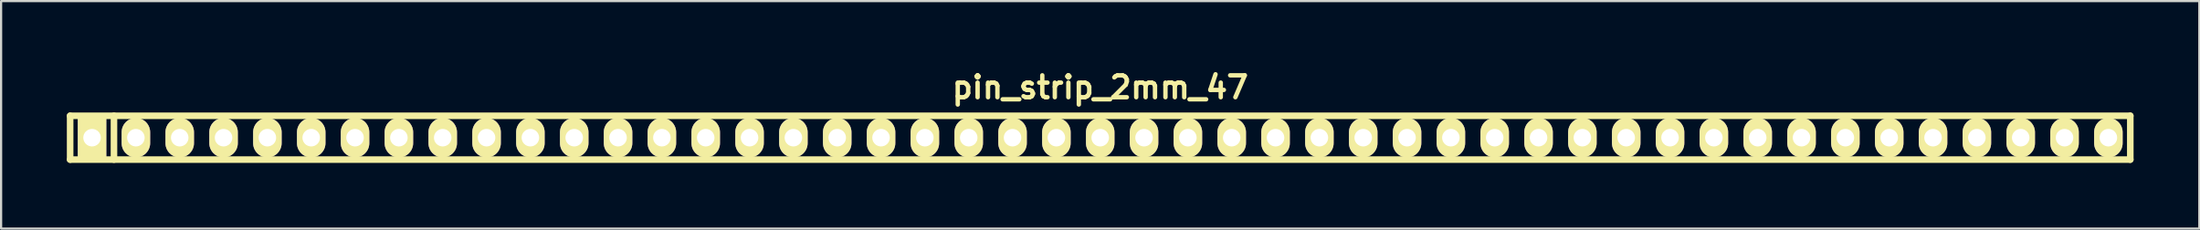
<source format=kicad_pcb>
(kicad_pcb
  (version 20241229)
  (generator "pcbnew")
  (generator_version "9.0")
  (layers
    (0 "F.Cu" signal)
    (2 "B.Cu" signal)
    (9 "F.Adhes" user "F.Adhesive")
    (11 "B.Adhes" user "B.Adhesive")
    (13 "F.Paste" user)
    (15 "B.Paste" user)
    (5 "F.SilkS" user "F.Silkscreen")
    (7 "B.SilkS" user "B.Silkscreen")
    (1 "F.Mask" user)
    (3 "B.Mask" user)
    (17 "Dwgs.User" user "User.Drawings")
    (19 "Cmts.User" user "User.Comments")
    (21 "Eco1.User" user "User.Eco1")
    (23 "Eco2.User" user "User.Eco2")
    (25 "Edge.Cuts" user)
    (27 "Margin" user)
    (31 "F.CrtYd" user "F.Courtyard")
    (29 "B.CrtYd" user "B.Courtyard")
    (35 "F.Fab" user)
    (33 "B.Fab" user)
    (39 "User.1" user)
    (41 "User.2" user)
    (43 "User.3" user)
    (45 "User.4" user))
  (footprint "pin_strip_2mm_47"
    (layer "F.Cu")
    (at 47.15 3.236)
    (property "Reference" "pin_strip_2mm_47" (at 0 -2.3 0) (layer "F.SilkS") (effects (font (size 1 1) (thickness 0.2))))
    (attr through_hole)
    (fp_line (start -47 -1) (end 47 -1) (stroke (width 0.3) (type solid)) (layer "F.SilkS"))
    (fp_line (start -47 1) (end -47 -1) (stroke (width 0.3) (type solid)) (layer "F.SilkS"))
    (fp_line (start -45 -1) (end -45 1) (stroke (width 0.3) (type solid)) (layer "F.SilkS"))
    (fp_line (start 47 -1) (end 47 1) (stroke (width 0.3) (type solid)) (layer "F.SilkS"))
    (fp_line (start 47 1) (end -47 1) (stroke (width 0.3) (type solid)) (layer "F.SilkS"))
    (pad "1" thru_hole rect (at -46 0) (size 1.3 1.8) (drill 0.8) (layers "*.Cu" "*.Mask" "F.SilkS"))
    (pad "2" thru_hole oval (at -44 0) (size 1.3 1.8) (drill 0.8) (layers "*.Cu" "*.Mask" "F.SilkS"))
    (pad "3" thru_hole oval (at -42 0) (size 1.3 1.8) (drill 0.8) (layers "*.Cu" "*.Mask" "F.SilkS"))
    (pad "4" thru_hole oval (at -40 0) (size 1.3 1.8) (drill 0.8) (layers "*.Cu" "*.Mask" "F.SilkS"))
    (pad "5" thru_hole oval (at -38 0) (size 1.3 1.8) (drill 0.8) (layers "*.Cu" "*.Mask" "F.SilkS"))
    (pad "6" thru_hole oval (at -36 0) (size 1.3 1.8) (drill 0.8) (layers "*.Cu" "*.Mask" "F.SilkS"))
    (pad "7" thru_hole oval (at -34 0) (size 1.3 1.8) (drill 0.8) (layers "*.Cu" "*.Mask" "F.SilkS"))
    (pad "8" thru_hole oval (at -32 0) (size 1.3 1.8) (drill 0.8) (layers "*.Cu" "*.Mask" "F.SilkS"))
    (pad "9" thru_hole oval (at -30 0) (size 1.3 1.8) (drill 0.8) (layers "*.Cu" "*.Mask" "F.SilkS"))
    (pad "10" thru_hole oval (at -28 0) (size 1.3 1.8) (drill 0.8) (layers "*.Cu" "*.Mask" "F.SilkS"))
    (pad "11" thru_hole oval (at -26 0) (size 1.3 1.8) (drill 0.8) (layers "*.Cu" "*.Mask" "F.SilkS"))
    (pad "12" thru_hole oval (at -24 0) (size 1.3 1.8) (drill 0.8) (layers "*.Cu" "*.Mask" "F.SilkS"))
    (pad "13" thru_hole oval (at -22 0) (size 1.3 1.8) (drill 0.8) (layers "*.Cu" "*.Mask" "F.SilkS"))
    (pad "14" thru_hole oval (at -20 0) (size 1.3 1.8) (drill 0.8) (layers "*.Cu" "*.Mask" "F.SilkS"))
    (pad "15" thru_hole oval (at -18 0) (size 1.3 1.8) (drill 0.8) (layers "*.Cu" "*.Mask" "F.SilkS"))
    (pad "16" thru_hole oval (at -16 0) (size 1.3 1.8) (drill 0.8) (layers "*.Cu" "*.Mask" "F.SilkS"))
    (pad "17" thru_hole oval (at -14 0) (size 1.3 1.8) (drill 0.8) (layers "*.Cu" "*.Mask" "F.SilkS"))
    (pad "18" thru_hole oval (at -12 0) (size 1.3 1.8) (drill 0.8) (layers "*.Cu" "*.Mask" "F.SilkS"))
    (pad "19" thru_hole oval (at -10 0) (size 1.3 1.8) (drill 0.8) (layers "*.Cu" "*.Mask" "F.SilkS"))
    (pad "20" thru_hole oval (at -8 0) (size 1.3 1.8) (drill 0.8) (layers "*.Cu" "*.Mask" "F.SilkS"))
    (pad "21" thru_hole oval (at -6 0) (size 1.3 1.8) (drill 0.8) (layers "*.Cu" "*.Mask" "F.SilkS"))
    (pad "22" thru_hole oval (at -4 0) (size 1.3 1.8) (drill 0.8) (layers "*.Cu" "*.Mask" "F.SilkS"))
    (pad "23" thru_hole oval (at -2 0) (size 1.3 1.8) (drill 0.8) (layers "*.Cu" "*.Mask" "F.SilkS"))
    (pad "24" thru_hole oval (at 0 0) (size 1.3 1.8) (drill 0.8) (layers "*.Cu" "*.Mask" "F.SilkS"))
    (pad "25" thru_hole oval (at 2 0) (size 1.3 1.8) (drill 0.8) (layers "*.Cu" "*.Mask" "F.SilkS"))
    (pad "26" thru_hole oval (at 4 0) (size 1.3 1.8) (drill 0.8) (layers "*.Cu" "*.Mask" "F.SilkS"))
    (pad "27" thru_hole oval (at 6 0) (size 1.3 1.8) (drill 0.8) (layers "*.Cu" "*.Mask" "F.SilkS"))
    (pad "28" thru_hole oval (at 8 0) (size 1.3 1.8) (drill 0.8) (layers "*.Cu" "*.Mask" "F.SilkS"))
    (pad "29" thru_hole oval (at 10 0) (size 1.3 1.8) (drill 0.8) (layers "*.Cu" "*.Mask" "F.SilkS"))
    (pad "30" thru_hole oval (at 12 0) (size 1.3 1.8) (drill 0.8) (layers "*.Cu" "*.Mask" "F.SilkS"))
    (pad "31" thru_hole oval (at 14 0) (size 1.3 1.8) (drill 0.8) (layers "*.Cu" "*.Mask" "F.SilkS"))
    (pad "32" thru_hole oval (at 16 0) (size 1.3 1.8) (drill 0.8) (layers "*.Cu" "*.Mask" "F.SilkS"))
    (pad "33" thru_hole oval (at 18 0) (size 1.3 1.8) (drill 0.8) (layers "*.Cu" "*.Mask" "F.SilkS"))
    (pad "34" thru_hole oval (at 20 0) (size 1.3 1.8) (drill 0.8) (layers "*.Cu" "*.Mask" "F.SilkS"))
    (pad "35" thru_hole oval (at 22 0) (size 1.3 1.8) (drill 0.8) (layers "*.Cu" "*.Mask" "F.SilkS"))
    (pad "36" thru_hole oval (at 24 0) (size 1.3 1.8) (drill 0.8) (layers "*.Cu" "*.Mask" "F.SilkS"))
    (pad "37" thru_hole oval (at 26 0) (size 1.3 1.8) (drill 0.8) (layers "*.Cu" "*.Mask" "F.SilkS"))
    (pad "38" thru_hole oval (at 28 0) (size 1.3 1.8) (drill 0.8) (layers "*.Cu" "*.Mask" "F.SilkS"))
    (pad "39" thru_hole oval (at 30 0) (size 1.3 1.8) (drill 0.8) (layers "*.Cu" "*.Mask" "F.SilkS"))
    (pad "40" thru_hole oval (at 32 0) (size 1.3 1.8) (drill 0.8) (layers "*.Cu" "*.Mask" "F.SilkS"))
    (pad "41" thru_hole oval (at 34 0) (size 1.3 1.8) (drill 0.8) (layers "*.Cu" "*.Mask" "F.SilkS"))
    (pad "42" thru_hole oval (at 36 0) (size 1.3 1.8) (drill 0.8) (layers "*.Cu" "*.Mask" "F.SilkS"))
    (pad "43" thru_hole oval (at 38 0) (size 1.3 1.8) (drill 0.8) (layers "*.Cu" "*.Mask" "F.SilkS"))
    (pad "44" thru_hole oval (at 40 0) (size 1.3 1.8) (drill 0.8) (layers "*.Cu" "*.Mask" "F.SilkS"))
    (pad "45" thru_hole oval (at 42 0) (size 1.3 1.8) (drill 0.8) (layers "*.Cu" "*.Mask" "F.SilkS"))
    (pad "46" thru_hole oval (at 44 0) (size 1.3 1.8) (drill 0.8) (layers "*.Cu" "*.Mask" "F.SilkS"))
    (pad "47" thru_hole oval (at 46 0) (size 1.3 1.8) (drill 0.8) (layers "*.Cu" "*.Mask" "F.SilkS")))
  (gr_rect
    (start -3 -3)
    (end 97.3 7.386)
    (stroke (width 0.1) (type default))
    (fill no)
    (layer "Edge.Cuts")))
</source>
